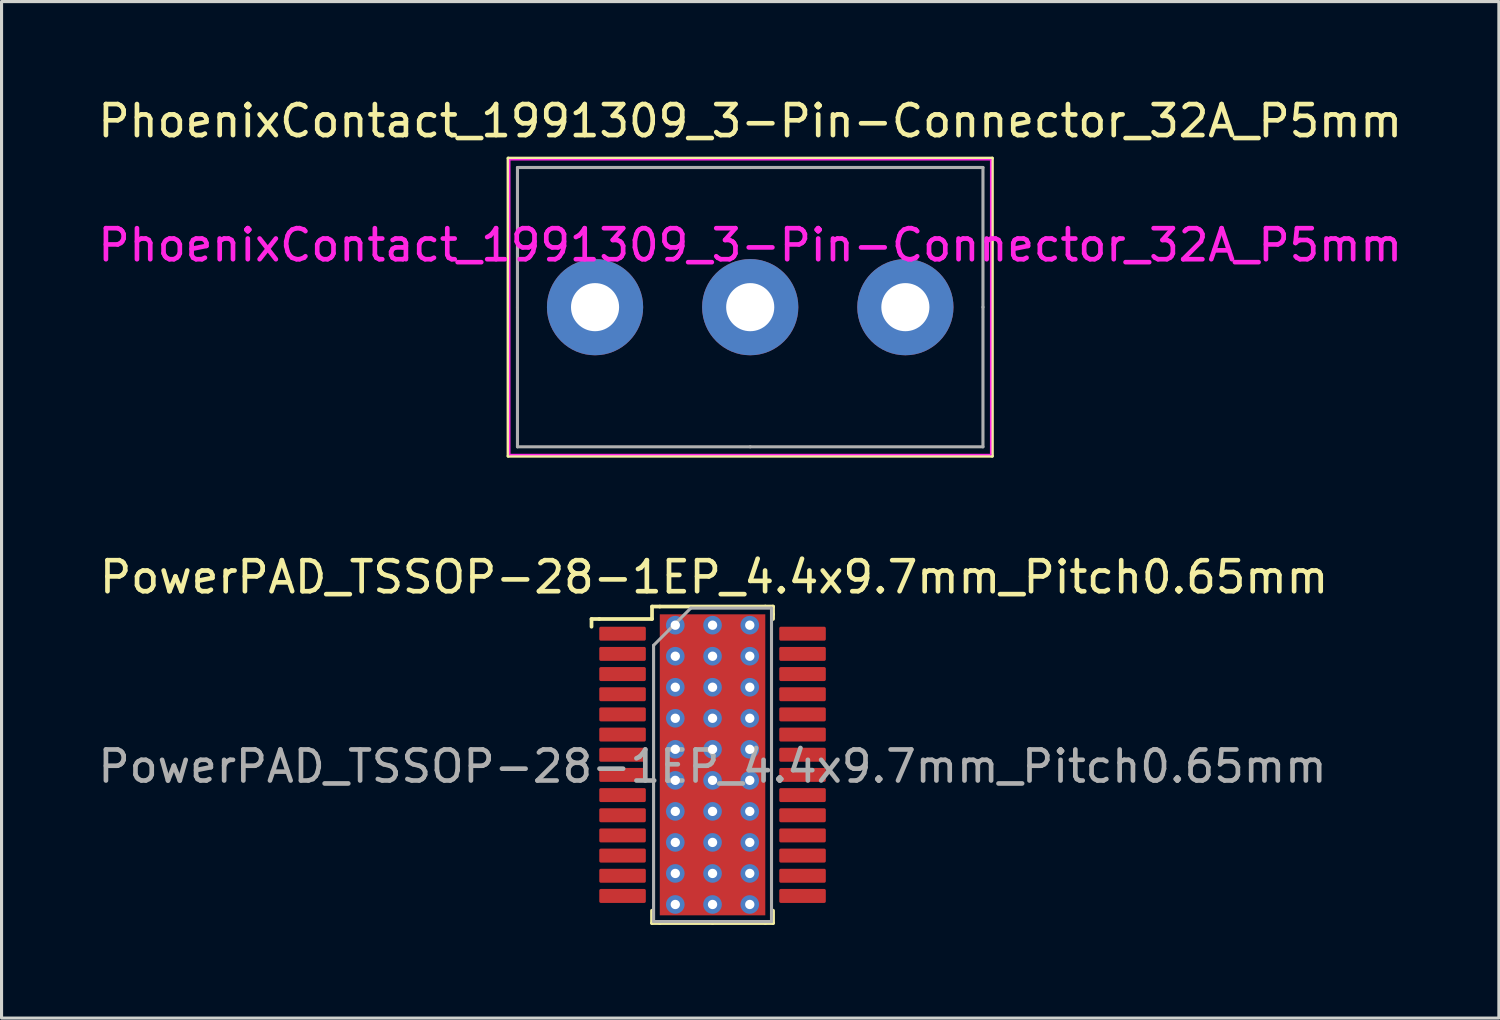
<source format=kicad_pcb>
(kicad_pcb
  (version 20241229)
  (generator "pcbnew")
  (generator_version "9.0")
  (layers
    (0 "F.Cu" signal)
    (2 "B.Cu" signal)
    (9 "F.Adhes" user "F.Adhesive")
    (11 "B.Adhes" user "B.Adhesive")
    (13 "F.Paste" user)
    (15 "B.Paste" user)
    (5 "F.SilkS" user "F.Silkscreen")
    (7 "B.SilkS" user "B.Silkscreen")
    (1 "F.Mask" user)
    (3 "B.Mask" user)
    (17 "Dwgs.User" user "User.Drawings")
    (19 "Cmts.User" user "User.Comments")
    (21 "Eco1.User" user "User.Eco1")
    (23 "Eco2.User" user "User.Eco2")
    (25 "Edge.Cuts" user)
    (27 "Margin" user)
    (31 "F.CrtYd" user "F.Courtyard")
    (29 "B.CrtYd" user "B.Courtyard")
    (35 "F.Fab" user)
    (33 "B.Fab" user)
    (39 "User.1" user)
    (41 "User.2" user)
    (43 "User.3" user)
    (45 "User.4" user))
  (footprint "PowerPAD_TSSOP-28-1EP_4.4x9.7mm_Pitch0.65mm"
    (layer "F.Cu")
    (at 19.911 21.596)
    (property "Reference" "PowerPAD_TSSOP-28-1EP_4.4x9.7mm_Pitch0.65mm" (at 0.05 -6.05 0) (layer "F.SilkS") (effects (font (size 1 1) (thickness 0.15))))
    (attr through_hole)
    (fp_poly (pts (xy -1.55 -2.59) (xy 1.55 -2.59) (xy 1.55 2.59) (xy -1.55 2.59)) (stroke (width 0) (type solid)) (fill yes) (layer "F.Mask"))
    (fp_line (start -3.9 -4.7) (end -3.65 -4.7) (stroke (width 0.12) (type solid)) (layer "F.SilkS"))
    (fp_line (start -3.9 -4.45) (end -3.9 -4.7) (stroke (width 0.12) (type solid)) (layer "F.SilkS"))
    (fp_line (start -1.95 -5.1) (end -1.95 -4.7) (stroke (width 0.12) (type solid)) (layer "F.SilkS"))
    (fp_line (start -1.95 -4.7) (end -3.65 -4.7) (stroke (width 0.12) (type solid)) (layer "F.SilkS"))
    (fp_line (start -1.95 5.1) (end -1.95 4.7) (stroke (width 0.12) (type solid)) (layer "F.SilkS"))
    (fp_line (start -1.7 -5.1) (end -1.95 -5.1) (stroke (width 0.12) (type solid)) (layer "F.SilkS"))
    (fp_line (start -1.7 5.1) (end -1.95 5.1) (stroke (width 0.12) (type solid)) (layer "F.SilkS"))
    (fp_line (start 0 5.1) (end -1.7 5.1) (stroke (width 0.12) (type solid)) (layer "F.SilkS"))
    (fp_line (start 0 5.1) (end 1.7 5.1) (stroke (width 0.12) (type solid)) (layer "F.SilkS"))
    (fp_line (start 1.7 -5.1) (end -1.7 -5.1) (stroke (width 0.12) (type solid)) (layer "F.SilkS"))
    (fp_line (start 1.7 -5.1) (end 1.95 -5.1) (stroke (width 0.12) (type solid)) (layer "F.SilkS"))
    (fp_line (start 1.7 5.1) (end 1.95 5.1) (stroke (width 0.12) (type solid)) (layer "F.SilkS"))
    (fp_line (start 1.95 -5.1) (end 1.95 -4.85) (stroke (width 0.12) (type solid)) (layer "F.SilkS"))
    (fp_line (start 1.95 -4.85) (end 1.95 -4.7) (stroke (width 0.12) (type solid)) (layer "F.SilkS"))
    (fp_line (start 1.95 5.1) (end 1.95 4.7) (stroke (width 0.12) (type solid)) (layer "F.SilkS"))
    (fp_poly (pts (xy -1.55 -2.59) (xy 1.55 -2.59) (xy 1.55 2.59) (xy -1.55 2.59)) (stroke (width 0) (type solid)) (fill yes) (layer "F.Paste"))
    (fp_line (start -1.9 -3.85) (end -0.7 -5.05) (stroke (width 0.1) (type solid)) (layer "F.Fab"))
    (fp_line (start -1.9 5.05) (end -1.9 -3.85) (stroke (width 0.1) (type solid)) (layer "F.Fab"))
    (fp_line (start -0.7 -5.05) (end 1.9 -5.05) (stroke (width 0.1) (type solid)) (layer "F.Fab"))
    (fp_line (start 1.9 -5.05) (end 1.9 4.8) (stroke (width 0.1) (type solid)) (layer "F.Fab"))
    (fp_line (start 1.9 4.8) (end 1.9 4.85) (stroke (width 0.1) (type solid)) (layer "F.Fab"))
    (fp_line (start 1.9 4.85) (end 1.9 5.05) (stroke (width 0.1) (type solid)) (layer "F.Fab"))
    (fp_line (start 1.9 5.05) (end -1.9 5.05) (stroke (width 0.1) (type solid)) (layer "F.Fab"))
    (fp_text user "${REFERENCE}" (at 0 0.05 0) (layer "F.Fab") (effects (font (size 1 1) (thickness 0.15))))
    (pad "1" smd roundrect (at -2.9 -4.225) (size 1.5 0.45) (layers "F.Cu" "F.Mask" "F.Paste") (roundrect_rratio 0.111))
    (pad "2" smd roundrect (at -2.9 -3.575) (size 1.5 0.45) (layers "F.Cu" "F.Mask" "F.Paste") (roundrect_rratio 0.111))
    (pad "3" smd roundrect (at -2.9 -2.925) (size 1.5 0.45) (layers "F.Cu" "F.Mask" "F.Paste") (roundrect_rratio 0.111))
    (pad "4" smd roundrect (at -2.9 -2.275) (size 1.5 0.45) (layers "F.Cu" "F.Mask" "F.Paste") (roundrect_rratio 0.111))
    (pad "5" smd roundrect (at -2.9 -1.625) (size 1.5 0.45) (layers "F.Cu" "F.Mask" "F.Paste") (roundrect_rratio 0.111))
    (pad "6" smd roundrect (at -2.9 -0.975) (size 1.5 0.45) (layers "F.Cu" "F.Mask" "F.Paste") (roundrect_rratio 0.111))
    (pad "7" smd roundrect (at -2.9 -0.325) (size 1.5 0.45) (layers "F.Cu" "F.Mask" "F.Paste") (roundrect_rratio 0.111))
    (pad "8" smd roundrect (at -2.9 0.325) (size 1.5 0.45) (layers "F.Cu" "F.Mask" "F.Paste") (roundrect_rratio 0.111))
    (pad "9" smd roundrect (at -2.9 0.975) (size 1.5 0.45) (layers "F.Cu" "F.Mask" "F.Paste") (roundrect_rratio 0.111))
    (pad "10" smd roundrect (at -2.9 1.625) (size 1.5 0.45) (layers "F.Cu" "F.Mask" "F.Paste") (roundrect_rratio 0.111))
    (pad "11" smd roundrect (at -2.9 2.275) (size 1.5 0.45) (layers "F.Cu" "F.Mask" "F.Paste") (roundrect_rratio 0.111))
    (pad "12" smd roundrect (at -2.9 2.925) (size 1.5 0.45) (layers "F.Cu" "F.Mask" "F.Paste") (roundrect_rratio 0.111))
    (pad "13" smd roundrect (at -2.9 3.575) (size 1.5 0.45) (layers "F.Cu" "F.Mask" "F.Paste") (roundrect_rratio 0.111))
    (pad "14" smd roundrect (at -2.9 4.225) (size 1.5 0.45) (layers "F.Cu" "F.Mask" "F.Paste") (roundrect_rratio 0.111))
    (pad "15" smd roundrect (at 2.9 4.225) (size 1.5 0.45) (layers "F.Cu" "F.Mask" "F.Paste") (roundrect_rratio 0.111))
    (pad "16" smd roundrect (at 2.9 3.575) (size 1.5 0.45) (layers "F.Cu" "F.Mask" "F.Paste") (roundrect_rratio 0.111))
    (pad "17" smd roundrect (at 2.9 2.925) (size 1.5 0.45) (layers "F.Cu" "F.Mask" "F.Paste") (roundrect_rratio 0.111))
    (pad "18" smd roundrect (at 2.9 2.275) (size 1.5 0.45) (layers "F.Cu" "F.Mask" "F.Paste") (roundrect_rratio 0.111))
    (pad "19" smd roundrect (at 2.9 1.625) (size 1.5 0.45) (layers "F.Cu" "F.Mask" "F.Paste") (roundrect_rratio 0.111))
    (pad "20" smd roundrect (at 2.9 0.975) (size 1.5 0.45) (layers "F.Cu" "F.Mask" "F.Paste") (roundrect_rratio 0.111))
    (pad "21" smd roundrect (at 2.9 0.325) (size 1.5 0.45) (layers "F.Cu" "F.Mask" "F.Paste") (roundrect_rratio 0.111))
    (pad "22" smd roundrect (at 2.9 -0.325) (size 1.5 0.45) (layers "F.Cu" "F.Mask" "F.Paste") (roundrect_rratio 0.111))
    (pad "23" smd roundrect (at 2.9 -0.975) (size 1.5 0.45) (layers "F.Cu" "F.Mask" "F.Paste") (roundrect_rratio 0.111))
    (pad "24" smd roundrect (at 2.9 -1.625) (size 1.5 0.45) (layers "F.Cu" "F.Mask" "F.Paste") (roundrect_rratio 0.111))
    (pad "25" smd roundrect (at 2.9 -2.275) (size 1.5 0.45) (layers "F.Cu" "F.Mask" "F.Paste") (roundrect_rratio 0.111))
    (pad "26" smd roundrect (at 2.9 -2.925) (size 1.5 0.45) (layers "F.Cu" "F.Mask" "F.Paste") (roundrect_rratio 0.111))
    (pad "27" smd roundrect (at 2.9 -3.575) (size 1.5 0.45) (layers "F.Cu" "F.Mask" "F.Paste") (roundrect_rratio 0.111))
    (pad "28" smd roundrect (at 2.9 -4.225) (size 1.5 0.45) (layers "F.Cu" "F.Mask" "F.Paste") (roundrect_rratio 0.111))
    (pad "PPAD" thru_hole circle (at -1.2 -4.5) (size 0.6 0.6) (drill 0.3) (layers "*.Cu"))
    (pad "PPAD" thru_hole circle (at -1.2 -3.5 270) (size 0.6 0.6) (drill 0.3) (layers "*.Cu"))
    (pad "PPAD" thru_hole circle (at -1.2 -2.5 90) (size 0.6 0.6) (drill 0.3) (layers "*.Cu"))
    (pad "PPAD" thru_hole circle (at -1.2 -1.5) (size 0.6 0.6) (drill 0.3) (layers "*.Cu"))
    (pad "PPAD" thru_hole circle (at -1.2 -0.5) (size 0.6 0.6) (drill 0.3) (layers "*.Cu"))
    (pad "PPAD" thru_hole circle (at -1.2 0.5) (size 0.6 0.6) (drill 0.3) (layers "*.Cu"))
    (pad "PPAD" thru_hole circle (at -1.2 1.5) (size 0.6 0.6) (drill 0.3) (layers "*.Cu"))
    (pad "PPAD" thru_hole circle (at -1.2 2.5) (size 0.6 0.6) (drill 0.3) (layers "*.Cu"))
    (pad "PPAD" thru_hole circle (at -1.2 3.5) (size 0.6 0.6) (drill 0.3) (layers "*.Cu"))
    (pad "PPAD" thru_hole circle (at -1.2 4.5) (size 0.6 0.6) (drill 0.3) (layers "*.Cu"))
    (pad "PPAD" thru_hole circle (at 0 -4.5) (size 0.6 0.6) (drill 0.3) (layers "*.Cu"))
    (pad "PPAD" thru_hole circle (at 0 -3.5) (size 0.6 0.6) (drill 0.3) (layers "*.Cu"))
    (pad "PPAD" thru_hole circle (at 0 -2.5) (size 0.6 0.6) (drill 0.3) (layers "*.Cu"))
    (pad "PPAD" thru_hole circle (at 0 -1.5) (size 0.6 0.6) (drill 0.3) (layers "*.Cu"))
    (pad "PPAD" thru_hole circle (at 0 -0.5) (size 0.6 0.6) (drill 0.3) (layers "*.Cu"))
    (pad "PPAD" smd rect (at 0 0) (size 3.4 9.7) (layers "F.Cu"))
    (pad "PPAD" thru_hole circle (at 0 0.5) (size 0.6 0.6) (drill 0.3) (layers "*.Cu"))
    (pad "PPAD" thru_hole circle (at 0 1.5) (size 0.6 0.6) (drill 0.3) (layers "*.Cu"))
    (pad "PPAD" thru_hole circle (at 0 2.5) (size 0.6 0.6) (drill 0.3) (layers "*.Cu"))
    (pad "PPAD" thru_hole circle (at 0 3.5) (size 0.6 0.6) (drill 0.3) (layers "*.Cu"))
    (pad "PPAD" thru_hole circle (at 0 4.5) (size 0.6 0.6) (drill 0.3) (layers "*.Cu"))
    (pad "PPAD" thru_hole circle (at 1.2 -4.5) (size 0.6 0.6) (drill 0.3) (layers "*.Cu"))
    (pad "PPAD" thru_hole circle (at 1.2 -3.5) (size 0.6 0.6) (drill 0.3) (layers "*.Cu"))
    (pad "PPAD" thru_hole circle (at 1.2 -2.5) (size 0.6 0.6) (drill 0.3) (layers "*.Cu"))
    (pad "PPAD" thru_hole circle (at 1.2 -1.5) (size 0.6 0.6) (drill 0.3) (layers "*.Cu"))
    (pad "PPAD" thru_hole circle (at 1.2 -0.5) (size 0.6 0.6) (drill 0.3) (layers "*.Cu"))
    (pad "PPAD" thru_hole circle (at 1.2 0.5) (size 0.6 0.6) (drill 0.3) (layers "*.Cu"))
    (pad "PPAD" thru_hole circle (at 1.2 1.5) (size 0.6 0.6) (drill 0.3) (layers "*.Cu"))
    (pad "PPAD" thru_hole circle (at 1.2 2.5) (size 0.6 0.6) (drill 0.3) (layers "*.Cu"))
    (pad "PPAD" thru_hole circle (at 1.2 3.5) (size 0.6 0.6) (drill 0.3) (layers "*.Cu"))
    (pad "PPAD" thru_hole circle (at 1.2 4.5) (size 0.6 0.6) (drill 0.3) (layers "*.Cu")))
  (footprint "PhoenixContact_1991309_3-Pin-Connector_32A_P5mm"
    (layer "F.Cu")
    (at 21.125 6.848)
    (property "Reference" "PhoenixContact_1991309_3-Pin-Connector_32A_P5mm" (at 0 -6 0) (layer "F.SilkS") (effects (font (size 1 1) (thickness 0.15))))
    (attr through_hole)
    (fp_line (start -7.8 -4.8) (end 7.8 -4.8) (stroke (width 0.1) (type solid)) (layer "F.SilkS"))
    (fp_line (start -7.8 4.8) (end -7.8 -4.8) (stroke (width 0.1) (type solid)) (layer "F.SilkS"))
    (fp_line (start 7.8 -4.8) (end 7.8 4.8) (stroke (width 0.1) (type solid)) (layer "F.SilkS"))
    (fp_line (start 7.8 4.8) (end -7.8 4.8) (stroke (width 0.1) (type solid)) (layer "F.SilkS"))
    (fp_line (start -7.75 -4.75) (end 7.75 -4.75) (stroke (width 0.05) (type solid)) (layer "F.CrtYd"))
    (fp_line (start -7.75 4.75) (end -7.75 -4.75) (stroke (width 0.05) (type solid)) (layer "F.CrtYd"))
    (fp_line (start 7.75 -4.75) (end 7.75 4.75) (stroke (width 0.05) (type solid)) (layer "F.CrtYd"))
    (fp_line (start 7.75 4.75) (end -7.75 4.75) (stroke (width 0.05) (type solid)) (layer "F.CrtYd"))
    (fp_line (start -7.5 -4.5) (end -7.5 0) (stroke (width 0.1) (type solid)) (layer "F.Fab"))
    (fp_line (start -7.5 0) (end -7.5 4.5) (stroke (width 0.1) (type solid)) (layer "F.Fab"))
    (fp_line (start -7.5 4.5) (end 0 4.5) (stroke (width 0.1) (type solid)) (layer "F.Fab"))
    (fp_line (start 0 -4.5) (end -7.5 -4.5) (stroke (width 0.1) (type solid)) (layer "F.Fab"))
    (fp_line (start 0 4.5) (end 7.5 4.5) (stroke (width 0.1) (type solid)) (layer "F.Fab"))
    (fp_line (start 7.5 -4.5) (end 0 -4.5) (stroke (width 0.1) (type solid)) (layer "F.Fab"))
    (fp_line (start 7.5 0) (end 7.5 -4.5) (stroke (width 0.1) (type solid)) (layer "F.Fab"))
    (fp_line (start 7.5 4.5) (end 7.5 0) (stroke (width 0.1) (type solid)) (layer "F.Fab"))
    (fp_text user "${REFERENCE}" (at 0 -2 0) (layer "F.CrtYd") (effects (font (size 1 1) (thickness 0.15))))
    (pad "1" thru_hole circle (at -5 0) (size 3.1 3.1) (drill 1.55) (layers "*.Cu" "*.Mask"))
    (pad "2" thru_hole circle (at 0 0) (size 3.1 3.1) (drill 1.55) (layers "*.Cu" "*.Mask"))
    (pad "3" thru_hole circle (at 5 0) (size 3.1 3.1) (drill 1.55) (layers "*.Cu" "*.Mask")))
  (gr_rect
    (start -3 -3)
    (end 45.25 29.756)
    (stroke (width 0.1) (type default))
    (fill no)
    (layer "Edge.Cuts")))
</source>
